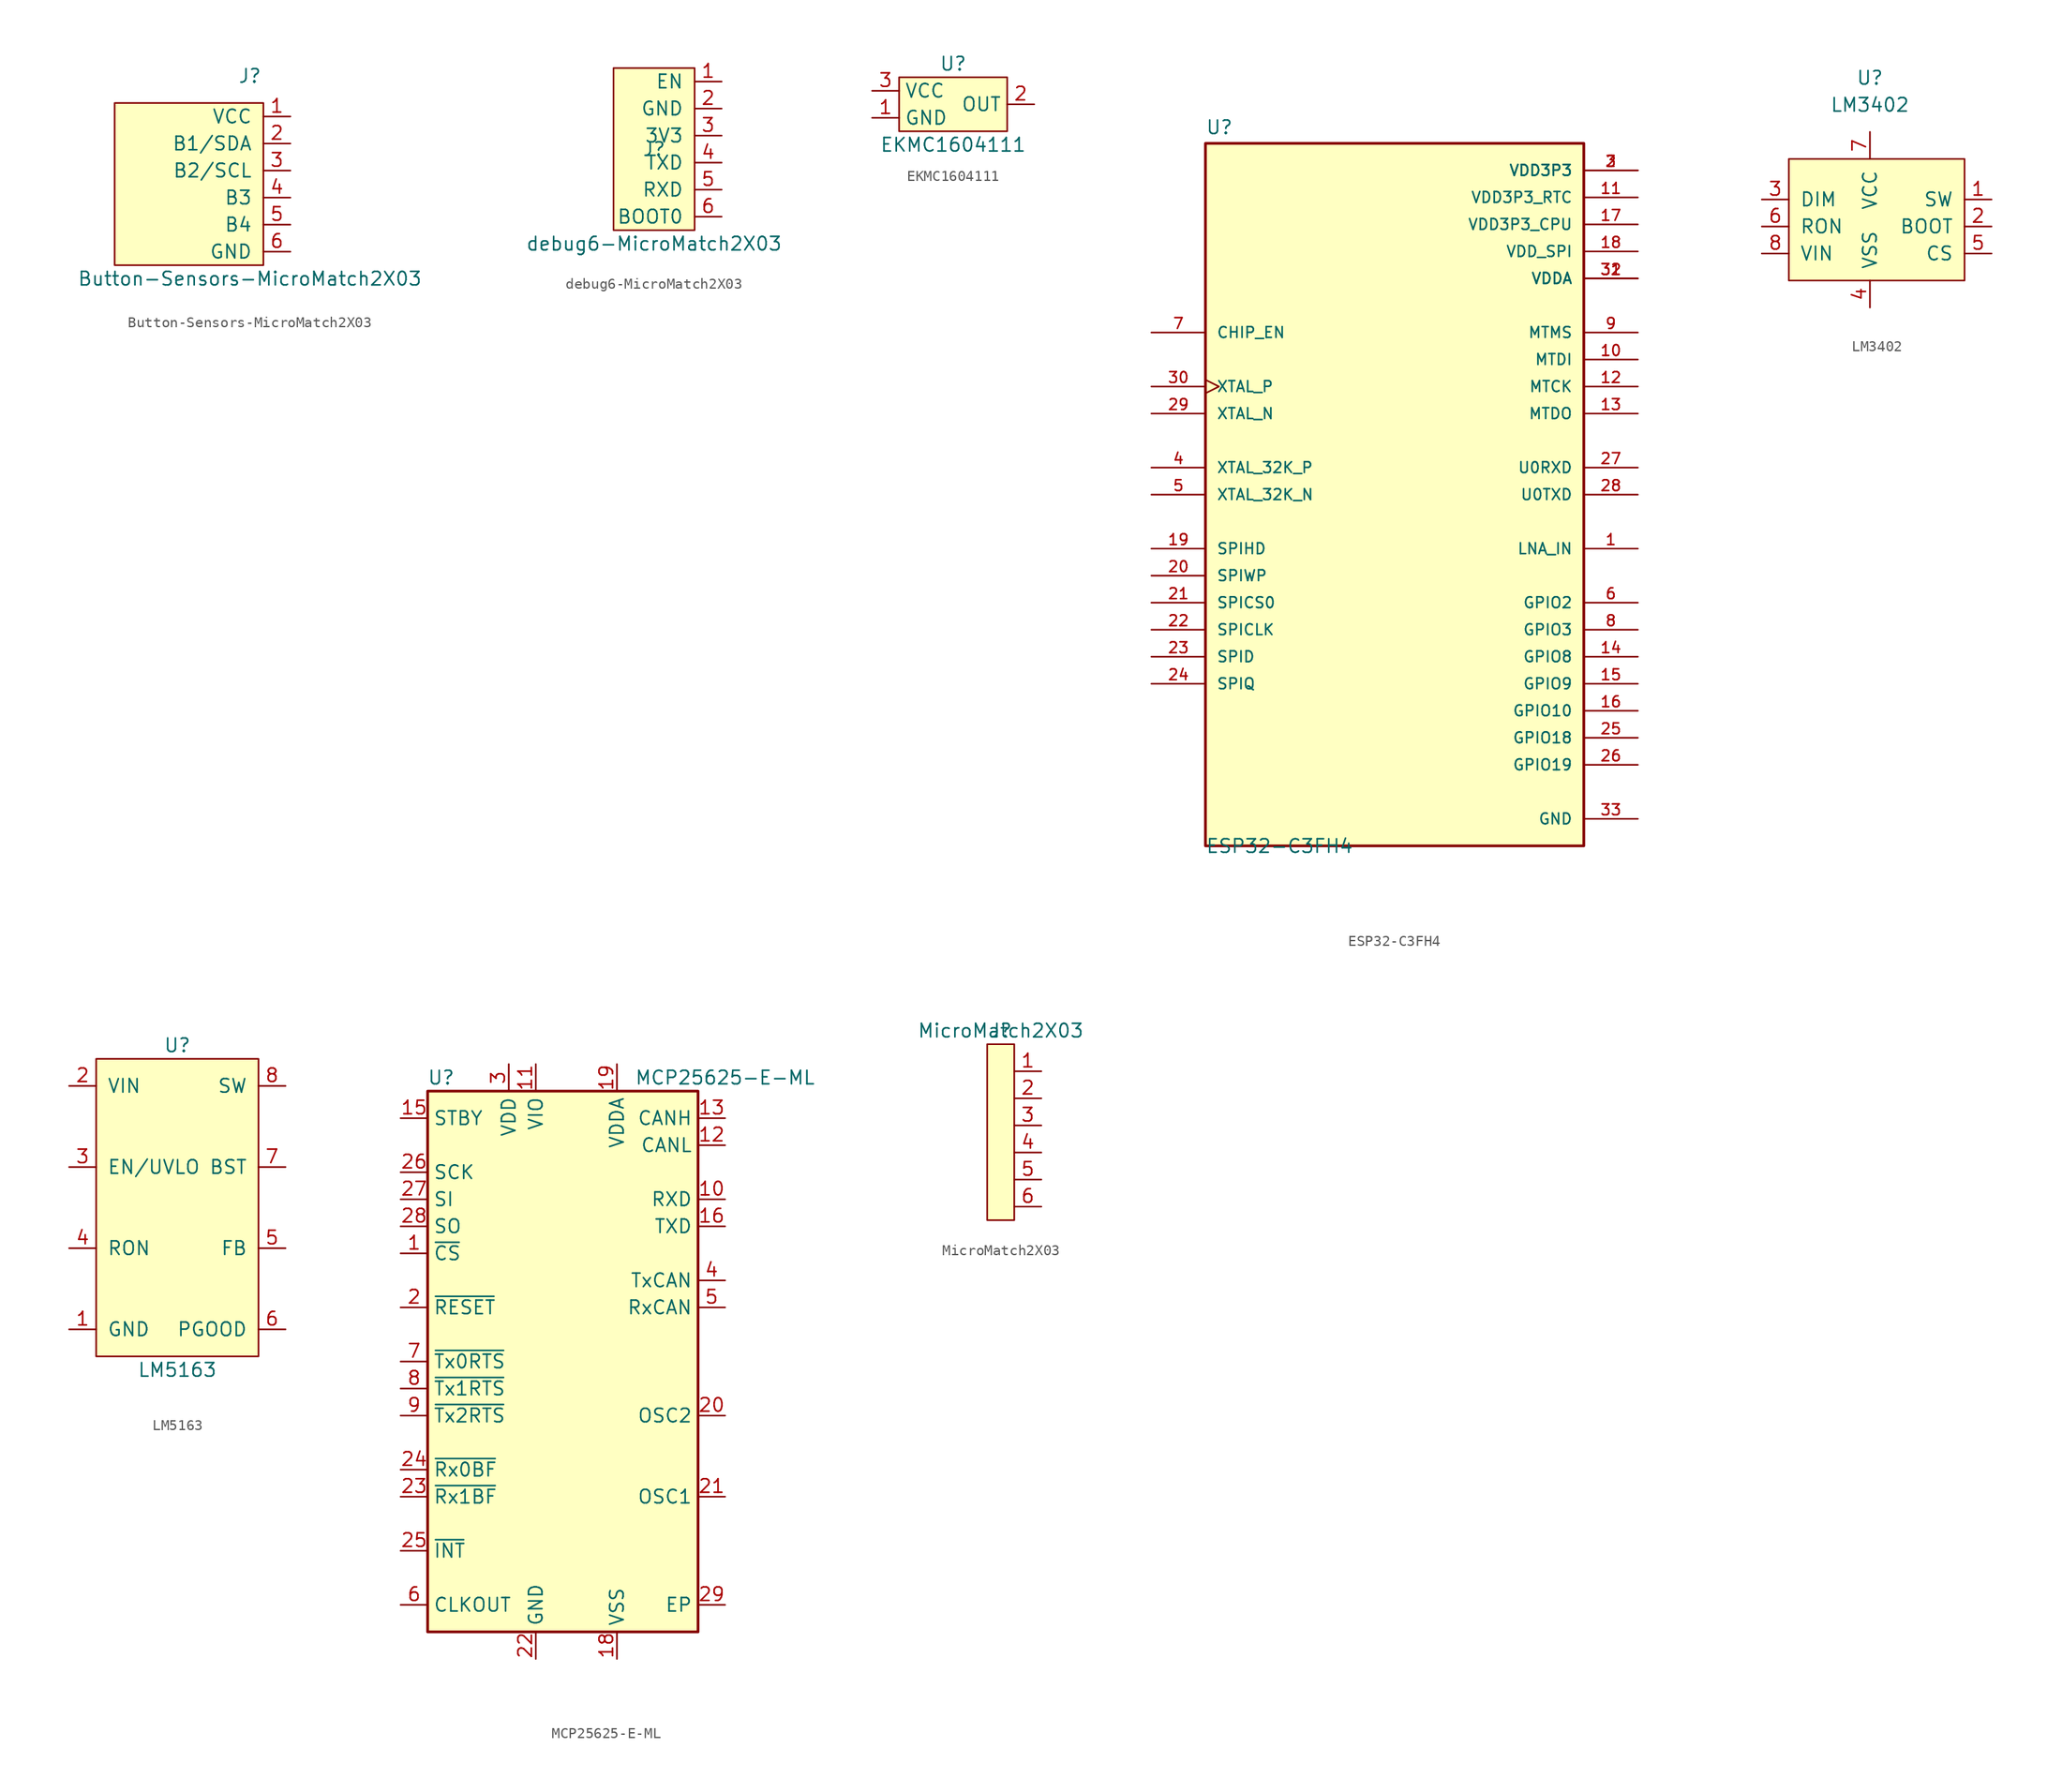
<source format=kicad_sym>
(kicad_symbol_lib
  (version 20211014)
  (generator kicad_symbol_editor)
  (symbol "Button-Sensors-MicroMatch2X03"
    (pin_names
      (offset 1.016))
    (property "Reference" "J"
      (at 0 0 0)
      (effects (font (size 1.27 1.27))))
    (property "Value" "Button-Sensors-MicroMatch2X03"
      (at 0 -19.05 0)
      (effects (font (size 1.27 1.27))))
    (symbol "Button-Sensors-MicroMatch2X03_0_1"
      (rectangle (start -12.7 -17.78) (end 1.27 -2.54) (stroke (width 0) (type default) (color 0 0 0 0)) (fill (type background))))
    (symbol "Button-Sensors-MicroMatch2X03_1_1"
      (pin input line (at 3.81 -3.81 180) (length 2.54) (name "VCC" (effects (font (size 1.27 1.27)))) (number "1" (effects (font (size 1.27 1.27)))))
      (pin input line (at 3.81 -6.35 180) (length 2.54) (name "B1/SDA" (effects (font (size 1.27 1.27)))) (number "2" (effects (font (size 1.27 1.27)))))
      (pin input line (at 3.81 -8.89 180) (length 2.54) (name "B2/SCL" (effects (font (size 1.27 1.27)))) (number "3" (effects (font (size 1.27 1.27)))))
      (pin input line (at 3.81 -11.43 180) (length 2.54) (name "B3" (effects (font (size 1.27 1.27)))) (number "4" (effects (font (size 1.27 1.27)))))
      (pin input line (at 3.81 -13.97 180) (length 2.54) (name "B4" (effects (font (size 1.27 1.27)))) (number "5" (effects (font (size 1.27 1.27)))))
      (pin input line (at 3.81 -16.51 180) (length 2.54) (name "GND" (effects (font (size 1.27 1.27)))) (number "6" (effects (font (size 1.27 1.27)))))))
  (symbol "debug6-MicroMatch2X03"
    (pin_names
      (offset 1.016))
    (property "Reference" "J"
      (at 0 0 0)
      (effects (font (size 1.27 1.27))))
    (property "Value" "debug6-MicroMatch2X03"
      (at 0 -8.89 0)
      (effects (font (size 1.27 1.27))))
    (symbol "debug6-MicroMatch2X03_0_1"
      (rectangle (start -3.81 7.62) (end 3.81 -7.62) (stroke (width 0) (type default) (color 0 0 0 0)) (fill (type background))))
    (symbol "debug6-MicroMatch2X03_1_1"
      (pin input line (at 6.35 6.35 180) (length 2.54) (name "EN" (effects (font (size 1.27 1.27)))) (number "1" (effects (font (size 1.27 1.27)))))
      (pin input line (at 6.35 3.81 180) (length 2.54) (name "GND" (effects (font (size 1.27 1.27)))) (number "2" (effects (font (size 1.27 1.27)))))
      (pin input line (at 6.35 1.27 180) (length 2.54) (name "3V3" (effects (font (size 1.27 1.27)))) (number "3" (effects (font (size 1.27 1.27)))))
      (pin input line (at 6.35 -1.27 180) (length 2.54) (name "TXD" (effects (font (size 1.27 1.27)))) (number "4" (effects (font (size 1.27 1.27)))))
      (pin input line (at 6.35 -3.81 180) (length 2.54) (name "RXD" (effects (font (size 1.27 1.27)))) (number "5" (effects (font (size 1.27 1.27)))))
      (pin input line (at 6.35 -6.35 180) (length 2.54) (name "BOOT0" (effects (font (size 1.27 1.27)))) (number "6" (effects (font (size 1.27 1.27)))))))
  (symbol "EKMC1604111"
    (property "Reference" "U"
      (at 0 3.81 0)
      (effects (font (size 1.27 1.27))))
    (property "Value" "EKMC1604111"
      (at 0 -3.81 0)
      (effects (font (size 1.27 1.27))))
    (symbol "EKMC1604111_0_1"
      (rectangle (start -5.08 2.54) (end 5.08 -2.54) (stroke (width 0) (type default) (color 0 0 0 0)) (fill (type background))))
    (symbol "EKMC1604111_1_1"
      (pin input line (at -7.62 -1.27 0) (length 2.54) (name "GND" (effects (font (size 1.27 1.27)))) (number "1" (effects (font (size 1.27 1.27)))))
      (pin output line (at 7.62 0 180) (length 2.54) (name "OUT" (effects (font (size 1.27 1.27)))) (number "2" (effects (font (size 1.27 1.27)))))
      (pin input line (at -7.62 1.27 0) (length 2.54) (name "VCC" (effects (font (size 1.27 1.27)))) (number "3" (effects (font (size 1.27 1.27)))))))
  (symbol "ESP32-C3FH4"
    (pin_names
      (offset 1.016))
    (property "Reference" "U"
      (at -17.78 33.782 0)
      (effects (font (size 1.27 1.27)) (justify left bottom)))
    (property "Value" "ESP32-C3FH4"
      (at -17.78 -33.782 0)
      (effects (font (size 1.27 1.27)) (justify left bottom)))
    (symbol "ESP32-C3FH4_0_0"
      (rectangle (start -17.78 -33.02) (end 17.78 33.02) (stroke (width 0.254) (type default) (color 0 0 0 0)) (fill (type background)))
      (pin bidirectional line (at 22.86 -5.08 180) (length 5.08) (name "LNA_IN" (effects (font (size 1.016 1.016)))) (number "1" (effects (font (size 1.016 1.016)))))
      (pin bidirectional line (at 22.86 12.7 180) (length 5.08) (name "MTDI" (effects (font (size 1.016 1.016)))) (number "10" (effects (font (size 1.016 1.016)))))
      (pin power_in line (at 22.86 27.94 180) (length 5.08) (name "VDD3P3_RTC" (effects (font (size 1.016 1.016)))) (number "11" (effects (font (size 1.016 1.016)))))
      (pin bidirectional line (at 22.86 10.16 180) (length 5.08) (name "MTCK" (effects (font (size 1.016 1.016)))) (number "12" (effects (font (size 1.016 1.016)))))
      (pin bidirectional line (at 22.86 7.62 180) (length 5.08) (name "MTDO" (effects (font (size 1.016 1.016)))) (number "13" (effects (font (size 1.016 1.016)))))
      (pin bidirectional line (at 22.86 -15.24 180) (length 5.08) (name "GPIO8" (effects (font (size 1.016 1.016)))) (number "14" (effects (font (size 1.016 1.016)))))
      (pin bidirectional line (at 22.86 -17.78 180) (length 5.08) (name "GPIO9" (effects (font (size 1.016 1.016)))) (number "15" (effects (font (size 1.016 1.016)))))
      (pin bidirectional line (at 22.86 -20.32 180) (length 5.08) (name "GPIO10" (effects (font (size 1.016 1.016)))) (number "16" (effects (font (size 1.016 1.016)))))
      (pin power_in line (at 22.86 25.4 180) (length 5.08) (name "VDD3P3_CPU" (effects (font (size 1.016 1.016)))) (number "17" (effects (font (size 1.016 1.016)))))
      (pin power_in line (at 22.86 22.86 180) (length 5.08) (name "VDD_SPI" (effects (font (size 1.016 1.016)))) (number "18" (effects (font (size 1.016 1.016)))))
      (pin bidirectional line (at -22.86 -5.08 0) (length 5.08) (name "SPIHD" (effects (font (size 1.016 1.016)))) (number "19" (effects (font (size 1.016 1.016)))))
      (pin power_in line (at 22.86 30.48 180) (length 5.08) (name "VDD3P3" (effects (font (size 1.016 1.016)))) (number "2" (effects (font (size 1.016 1.016)))))
      (pin bidirectional line (at -22.86 -7.62 0) (length 5.08) (name "SPIWP" (effects (font (size 1.016 1.016)))) (number "20" (effects (font (size 1.016 1.016)))))
      (pin bidirectional line (at -22.86 -10.16 0) (length 5.08) (name "SPICS0" (effects (font (size 1.016 1.016)))) (number "21" (effects (font (size 1.016 1.016)))))
      (pin bidirectional line (at -22.86 -12.7 0) (length 5.08) (name "SPICLK" (effects (font (size 1.016 1.016)))) (number "22" (effects (font (size 1.016 1.016)))))
      (pin bidirectional line (at -22.86 -15.24 0) (length 5.08) (name "SPID" (effects (font (size 1.016 1.016)))) (number "23" (effects (font (size 1.016 1.016)))))
      (pin bidirectional line (at -22.86 -17.78 0) (length 5.08) (name "SPIQ" (effects (font (size 1.016 1.016)))) (number "24" (effects (font (size 1.016 1.016)))))
      (pin bidirectional line (at 22.86 -22.86 180) (length 5.08) (name "GPIO18" (effects (font (size 1.016 1.016)))) (number "25" (effects (font (size 1.016 1.016)))))
      (pin bidirectional line (at 22.86 -25.4 180) (length 5.08) (name "GPIO19" (effects (font (size 1.016 1.016)))) (number "26" (effects (font (size 1.016 1.016)))))
      (pin bidirectional line (at 22.86 2.54 180) (length 5.08) (name "U0RXD" (effects (font (size 1.016 1.016)))) (number "27" (effects (font (size 1.016 1.016)))))
      (pin bidirectional line (at 22.86 0 180) (length 5.08) (name "U0TXD" (effects (font (size 1.016 1.016)))) (number "28" (effects (font (size 1.016 1.016)))))
      (pin output line (at -22.86 7.62 0) (length 5.08) (name "XTAL_N" (effects (font (size 1.016 1.016)))) (number "29" (effects (font (size 1.016 1.016)))))
      (pin power_in line (at 22.86 30.48 180) (length 5.08) (name "VDD3P3" (effects (font (size 1.016 1.016)))) (number "3" (effects (font (size 1.016 1.016)))))
      (pin input clock (at -22.86 10.16 0) (length 5.08) (name "XTAL_P" (effects (font (size 1.016 1.016)))) (number "30" (effects (font (size 1.016 1.016)))))
      (pin power_in line (at 22.86 20.32 180) (length 5.08) (name "VDDA" (effects (font (size 1.016 1.016)))) (number "31" (effects (font (size 1.016 1.016)))))
      (pin power_in line (at 22.86 20.32 180) (length 5.08) (name "VDDA" (effects (font (size 1.016 1.016)))) (number "32" (effects (font (size 1.016 1.016)))))
      (pin power_in line (at 22.86 -30.48 180) (length 5.08) (name "GND" (effects (font (size 1.016 1.016)))) (number "33" (effects (font (size 1.016 1.016)))))
      (pin bidirectional line (at -22.86 2.54 0) (length 5.08) (name "XTAL_32K_P" (effects (font (size 1.016 1.016)))) (number "4" (effects (font (size 1.016 1.016)))))
      (pin bidirectional line (at -22.86 0 0) (length 5.08) (name "XTAL_32K_N" (effects (font (size 1.016 1.016)))) (number "5" (effects (font (size 1.016 1.016)))))
      (pin bidirectional line (at 22.86 -10.16 180) (length 5.08) (name "GPIO2" (effects (font (size 1.016 1.016)))) (number "6" (effects (font (size 1.016 1.016)))))
      (pin input line (at -22.86 15.24 0) (length 5.08) (name "CHIP_EN" (effects (font (size 1.016 1.016)))) (number "7" (effects (font (size 1.016 1.016)))))
      (pin bidirectional line (at 22.86 -12.7 180) (length 5.08) (name "GPIO3" (effects (font (size 1.016 1.016)))) (number "8" (effects (font (size 1.016 1.016)))))
      (pin bidirectional line (at 22.86 15.24 180) (length 5.08) (name "MTMS" (effects (font (size 1.016 1.016)))) (number "9" (effects (font (size 1.016 1.016)))))))
  (symbol "LM3402"
    (pin_names
      (offset 1.016))
    (property "Reference" "U"
      (at 0 12.7 0)
      (effects (font (size 1.27 1.27))))
    (property "Value" "LM3402"
      (at 0 10.16 0)
      (effects (font (size 1.27 1.27))))
    (symbol "LM3402_0_1"
      (rectangle (start 8.89 -6.35) (end -7.62 5.08) (stroke (width 0) (type default) (color 0 0 0 0)) (fill (type background))))
    (symbol "LM3402_1_1"
      (pin output line (at 11.43 1.27 180) (length 2.54) (name "SW" (effects (font (size 1.27 1.27)))) (number "1" (effects (font (size 1.27 1.27)))))
      (pin input line (at 11.43 -1.27 180) (length 2.54) (name "BOOT" (effects (font (size 1.27 1.27)))) (number "2" (effects (font (size 1.27 1.27)))))
      (pin input line (at -10.16 1.27 0) (length 2.54) (name "DIM" (effects (font (size 1.27 1.27)))) (number "3" (effects (font (size 1.27 1.27)))))
      (pin input line (at 0 -8.89 90) (length 2.54) (name "VSS" (effects (font (size 1.27 1.27)))) (number "4" (effects (font (size 1.27 1.27)))))
      (pin input line (at 11.43 -3.81 180) (length 2.54) (name "CS" (effects (font (size 1.27 1.27)))) (number "5" (effects (font (size 1.27 1.27)))))
      (pin input line (at -10.16 -1.27 0) (length 2.54) (name "RON" (effects (font (size 1.27 1.27)))) (number "6" (effects (font (size 1.27 1.27)))))
      (pin input line (at 0 7.62 270) (length 2.54) (name "VCC" (effects (font (size 1.27 1.27)))) (number "7" (effects (font (size 1.27 1.27)))))
      (pin input line (at -10.16 -3.81 0) (length 2.54) (name "VIN" (effects (font (size 1.27 1.27)))) (number "8" (effects (font (size 1.27 1.27)))))))
  (symbol "LM5163"
    (pin_names
      (offset 1.016))
    (property "Reference" "U"
      (at 0 0 0)
      (effects (font (size 1.27 1.27))))
    (property "Value" "LM5163"
      (at 0 -30.48 0)
      (effects (font (size 1.27 1.27))))
    (symbol "LM5163_0_1"
      (rectangle (start -7.62 -1.27) (end 7.62 -29.21) (stroke (width 0) (type default) (color 0 0 0 0)) (fill (type background))))
    (symbol "LM5163_1_1"
      (pin input line (at -10.16 -26.67 0) (length 2.54) (name "GND" (effects (font (size 1.27 1.27)))) (number "1" (effects (font (size 1.27 1.27)))))
      (pin input line (at -10.16 -3.81 0) (length 2.54) (name "VIN" (effects (font (size 1.27 1.27)))) (number "2" (effects (font (size 1.27 1.27)))))
      (pin input line (at -10.16 -11.43 0) (length 2.54) (name "EN/UVLO" (effects (font (size 1.27 1.27)))) (number "3" (effects (font (size 1.27 1.27)))))
      (pin input line (at -10.16 -19.05 0) (length 2.54) (name "RON" (effects (font (size 1.27 1.27)))) (number "4" (effects (font (size 1.27 1.27)))))
      (pin input line (at 10.16 -19.05 180) (length 2.54) (name "FB" (effects (font (size 1.27 1.27)))) (number "5" (effects (font (size 1.27 1.27)))))
      (pin input line (at 10.16 -26.67 180) (length 2.54) (name "PGOOD" (effects (font (size 1.27 1.27)))) (number "6" (effects (font (size 1.27 1.27)))))
      (pin input line (at 10.16 -11.43 180) (length 2.54) (name "BST" (effects (font (size 1.27 1.27)))) (number "7" (effects (font (size 1.27 1.27)))))
      (pin input line (at 10.16 -3.81 180) (length 2.54) (name "SW" (effects (font (size 1.27 1.27)))) (number "8" (effects (font (size 1.27 1.27)))))))
  (symbol "MCP25625-E-ML"
    (property "Reference" "U"
      (at -11.43 26.67 0)
      (effects (font (size 1.27 1.27))))
    (property "Value" "MCP25625-E-ML"
      (at 15.24 26.67 0)
      (effects (font (size 1.27 1.27))))
    (symbol "MCP25625-E-ML_0_1"
      (rectangle (start -12.7 25.4) (end 12.7 -25.4) (stroke (width 0.254) (type default) (color 0 0 0 0)) (fill (type background))))
    (symbol "MCP25625-E-ML_1_1"
      (pin input line (at -15.24 10.16 0) (length 2.54) (name "~{CS}" (effects (font (size 1.27 1.27)))) (number "1" (effects (font (size 1.27 1.27)))))
      (pin output line (at 15.24 15.24 180) (length 2.54) (name "RXD" (effects (font (size 1.27 1.27)))) (number "10" (effects (font (size 1.27 1.27)))))
      (pin power_in line (at -2.54 27.94 270) (length 2.54) (name "VIO" (effects (font (size 1.27 1.27)))) (number "11" (effects (font (size 1.27 1.27)))))
      (pin bidirectional line (at 15.24 20.32 180) (length 2.54) (name "CANL" (effects (font (size 1.27 1.27)))) (number "12" (effects (font (size 1.27 1.27)))))
      (pin bidirectional line (at 15.24 22.86 180) (length 2.54) (name "CANH" (effects (font (size 1.27 1.27)))) (number "13" (effects (font (size 1.27 1.27)))))
      (pin input line (at -15.24 22.86 0) (length 2.54) (name "STBY" (effects (font (size 1.27 1.27)))) (number "15" (effects (font (size 1.27 1.27)))))
      (pin input line (at 15.24 12.7 180) (length 2.54) (name "TXD" (effects (font (size 1.27 1.27)))) (number "16" (effects (font (size 1.27 1.27)))))
      (pin power_in line (at 5.08 -27.94 90) (length 2.54) (name "VSS" (effects (font (size 1.27 1.27)))) (number "18" (effects (font (size 1.27 1.27)))))
      (pin power_in line (at 5.08 27.94 270) (length 2.54) (name "VDDA" (effects (font (size 1.27 1.27)))) (number "19" (effects (font (size 1.27 1.27)))))
      (pin no_connect line (at 12.7 -15.24 180) (length 2.54) hide (name "NC" (effects (font (size 1.27 1.27)))) (number "2" (effects (font (size 1.27 1.27)))))
      (pin input line (at -15.24 5.08 0) (length 2.54) (name "~{RESET}" (effects (font (size 1.27 1.27)))) (number "2" (effects (font (size 1.27 1.27)))))
      (pin output line (at 15.24 -5.08 180) (length 2.54) (name "OSC2" (effects (font (size 1.27 1.27)))) (number "20" (effects (font (size 1.27 1.27)))))
      (pin input line (at 15.24 -12.7 180) (length 2.54) (name "OSC1" (effects (font (size 1.27 1.27)))) (number "21" (effects (font (size 1.27 1.27)))))
      (pin power_in line (at -2.54 -27.94 90) (length 2.54) (name "GND" (effects (font (size 1.27 1.27)))) (number "22" (effects (font (size 1.27 1.27)))))
      (pin output line (at -15.24 -12.7 0) (length 2.54) (name "~{Rx1BF}" (effects (font (size 1.27 1.27)))) (number "23" (effects (font (size 1.27 1.27)))))
      (pin output line (at -15.24 -10.16 0) (length 2.54) (name "~{Rx0BF}" (effects (font (size 1.27 1.27)))) (number "24" (effects (font (size 1.27 1.27)))))
      (pin no_connect line (at 12.7 -17.78 180) (length 2.54) hide (name "NC" (effects (font (size 1.27 1.27)))) (number "25" (effects (font (size 1.27 1.27)))))
      (pin output line (at -15.24 -17.78 0) (length 2.54) (name "~{INT}" (effects (font (size 1.27 1.27)))) (number "25" (effects (font (size 1.27 1.27)))))
      (pin input line (at -15.24 17.78 0) (length 2.54) (name "SCK" (effects (font (size 1.27 1.27)))) (number "26" (effects (font (size 1.27 1.27)))))
      (pin input line (at -15.24 15.24 0) (length 2.54) (name "SI" (effects (font (size 1.27 1.27)))) (number "27" (effects (font (size 1.27 1.27)))))
      (pin output line (at -15.24 12.7 0) (length 2.54) (name "SO" (effects (font (size 1.27 1.27)))) (number "28" (effects (font (size 1.27 1.27)))))
      (pin bidirectional line (at 15.24 -22.86 180) (length 2.54) (name "EP" (effects (font (size 1.27 1.27)))) (number "29" (effects (font (size 1.27 1.27)))))
      (pin power_in line (at -5.08 27.94 270) (length 2.54) (name "VDD" (effects (font (size 1.27 1.27)))) (number "3" (effects (font (size 1.27 1.27)))))
      (pin output line (at 15.24 7.62 180) (length 2.54) (name "TxCAN" (effects (font (size 1.27 1.27)))) (number "4" (effects (font (size 1.27 1.27)))))
      (pin input line (at 15.24 5.08 180) (length 2.54) (name "RxCAN" (effects (font (size 1.27 1.27)))) (number "5" (effects (font (size 1.27 1.27)))))
      (pin output line (at -15.24 -22.86 0) (length 2.54) (name "CLKOUT" (effects (font (size 1.27 1.27)))) (number "6" (effects (font (size 1.27 1.27)))))
      (pin input line (at -15.24 0 0) (length 2.54) (name "~{Tx0RTS}" (effects (font (size 1.27 1.27)))) (number "7" (effects (font (size 1.27 1.27)))))
      (pin input line (at -15.24 -2.54 0) (length 2.54) (name "~{Tx1RTS}" (effects (font (size 1.27 1.27)))) (number "8" (effects (font (size 1.27 1.27)))))
      (pin input line (at -15.24 -5.08 0) (length 2.54) (name "~{Tx2RTS}" (effects (font (size 1.27 1.27)))) (number "9" (effects (font (size 1.27 1.27)))))))
  (symbol "MicroMatch2X03"
    (pin_names
      (offset 1.016))
    (property "Reference" "J"
      (at 0 0 0)
      (effects (font (size 1.27 1.27))))
    (property "Value" "MicroMatch2X03"
      (at 0 0 0)
      (effects (font (size 1.27 1.27))))
    (symbol "MicroMatch2X03_0_1"
      (rectangle (start 1.27 -1.27) (end -1.27 -17.78) (stroke (width 0) (type default) (color 0 0 0 0)) (fill (type background))))
    (symbol "MicroMatch2X03_1_1"
      (pin input line (at 3.81 -3.81 180) (length 2.54) (name "~" (effects (font (size 1.27 1.27)))) (number "1" (effects (font (size 1.27 1.27)))))
      (pin input line (at 3.81 -6.35 180) (length 2.54) (name "~" (effects (font (size 1.27 1.27)))) (number "2" (effects (font (size 1.27 1.27)))))
      (pin input line (at 3.81 -8.89 180) (length 2.54) (name "~" (effects (font (size 1.27 1.27)))) (number "3" (effects (font (size 1.27 1.27)))))
      (pin input line (at 3.81 -11.43 180) (length 2.54) (name "~" (effects (font (size 1.27 1.27)))) (number "4" (effects (font (size 1.27 1.27)))))
      (pin input line (at 3.81 -13.97 180) (length 2.54) (name "~" (effects (font (size 1.27 1.27)))) (number "5" (effects (font (size 1.27 1.27)))))
      (pin input line (at 3.81 -16.51 180) (length 2.54) (name "~" (effects (font (size 1.27 1.27)))) (number "6" (effects (font (size 1.27 1.27))))))))
</source>
